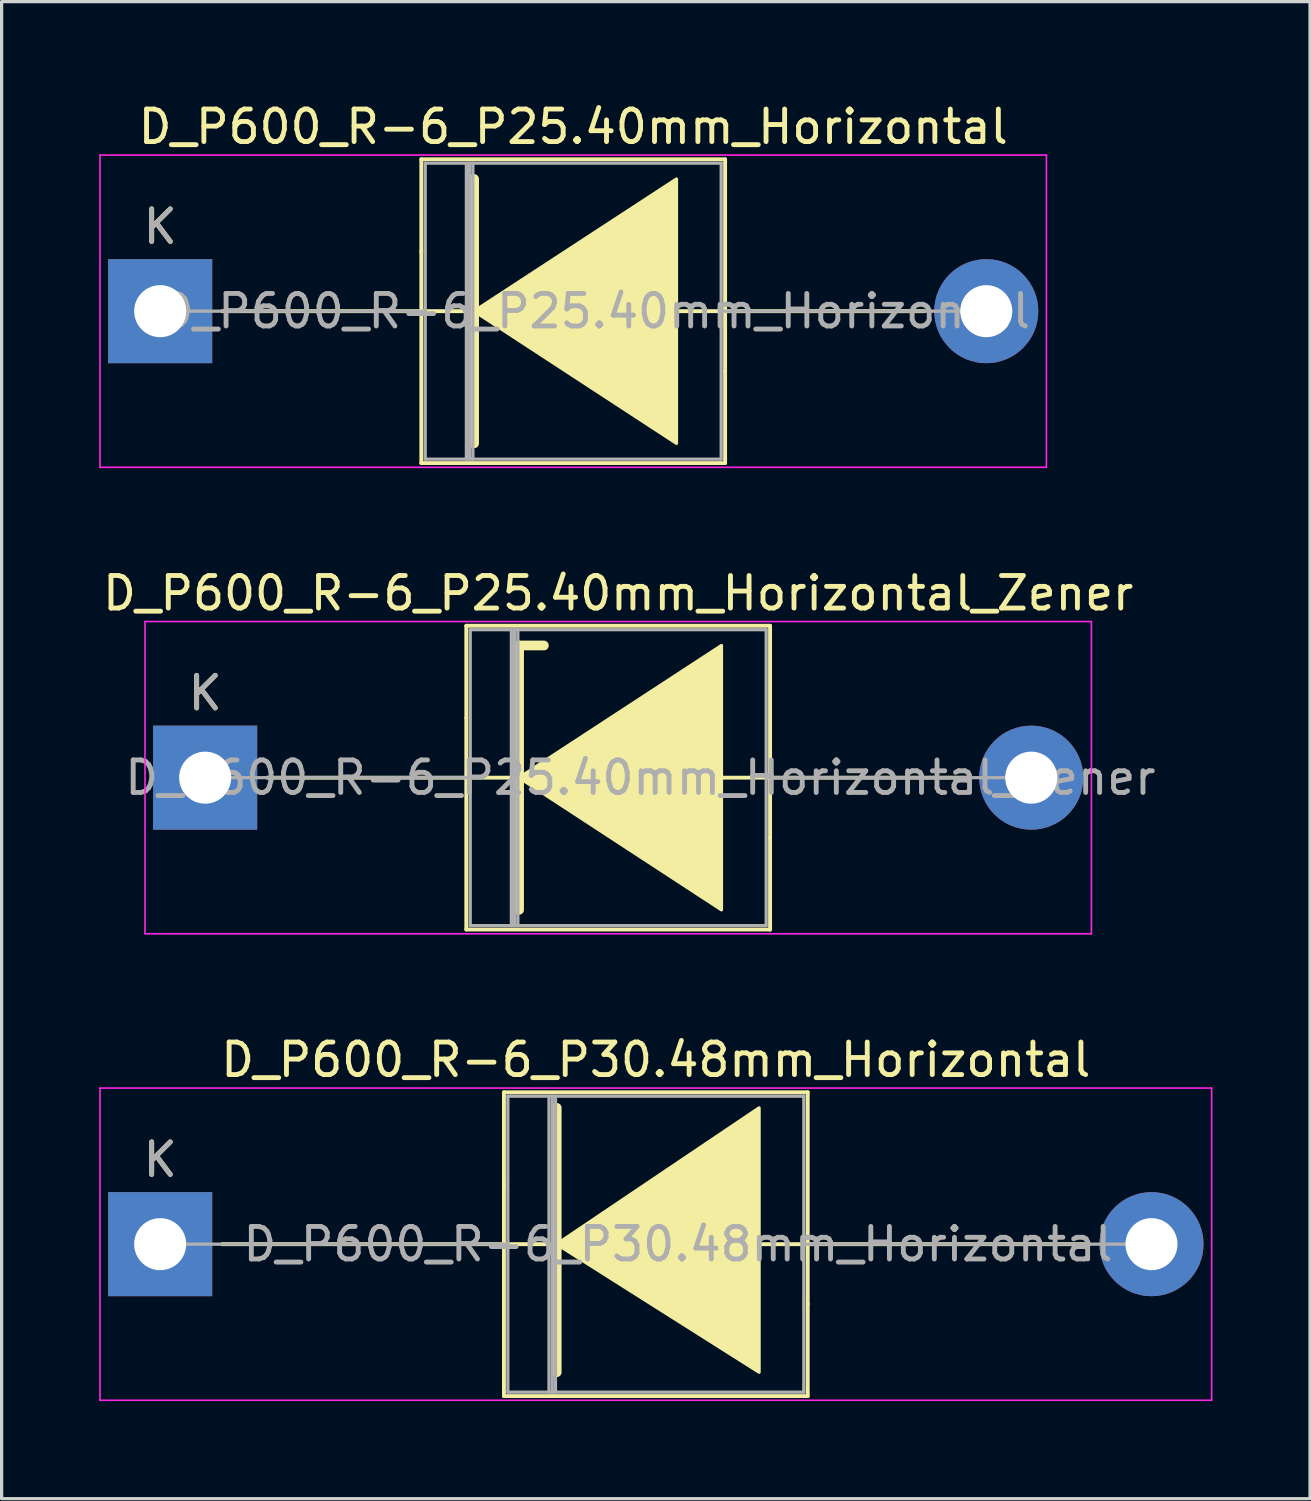
<source format=kicad_pcb>
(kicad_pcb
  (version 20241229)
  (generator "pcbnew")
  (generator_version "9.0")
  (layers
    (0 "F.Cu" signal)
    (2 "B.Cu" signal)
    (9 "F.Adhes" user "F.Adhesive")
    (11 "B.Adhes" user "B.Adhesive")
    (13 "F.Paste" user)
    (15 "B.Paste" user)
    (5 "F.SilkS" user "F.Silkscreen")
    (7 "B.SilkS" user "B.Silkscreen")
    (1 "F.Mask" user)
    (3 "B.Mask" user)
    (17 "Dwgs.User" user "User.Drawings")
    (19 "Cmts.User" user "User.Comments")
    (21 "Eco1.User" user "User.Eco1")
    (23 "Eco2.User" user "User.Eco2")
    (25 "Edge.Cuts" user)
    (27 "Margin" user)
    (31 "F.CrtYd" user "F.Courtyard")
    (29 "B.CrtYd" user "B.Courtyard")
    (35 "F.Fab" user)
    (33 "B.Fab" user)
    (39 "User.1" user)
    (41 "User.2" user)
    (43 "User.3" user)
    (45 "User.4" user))
  (footprint "D_P600_R-6_P25.40mm_Horizontal_Zener"
    (layer "F.Cu")
    (at 3.258 20.861)
    (property "Reference" "D_P600_R-6_P25.40mm_Horizontal_Zener" (at 12.7 -5.67 0) (layer "F.SilkS") (effects (font (size 1 1) (thickness 0.15))))
    (attr through_hole)
    (fp_line (start 8.03 -4.67) (end 17.37 -4.67) (stroke (width 0.12) (type solid)) (layer "F.SilkS"))
    (fp_line (start 8.03 -1.84) (end 8.03 -4.67) (stroke (width 0.12) (type solid)) (layer "F.SilkS"))
    (fp_line (start 8.03 -1.84) (end 8.03 4.67) (stroke (width 0.12) (type solid)) (layer "F.SilkS"))
    (fp_line (start 8.03 4.67) (end 17.37 4.67) (stroke (width 0.12) (type solid)) (layer "F.SilkS"))
    (fp_line (start 9.525 0) (end 1.905 0) (stroke (width 0.12) (type solid)) (layer "F.SilkS"))
    (fp_line (start 9.652 -4.064) (end 9.652 4.064) (stroke (width 0.3) (type solid)) (layer "F.SilkS"))
    (fp_line (start 9.652 -4.064) (end 10.414 -4.064) (stroke (width 0.3) (type solid)) (layer "F.SilkS"))
    (fp_line (start 15.748 0) (end 23.495 0) (stroke (width 0.12) (type solid)) (layer "F.SilkS"))
    (fp_line (start 17.37 -4.67) (end 17.37 1.84) (stroke (width 0.12) (type solid)) (layer "F.SilkS"))
    (fp_line (start 17.37 4.67) (end 17.37 1.84) (stroke (width 0.12) (type solid)) (layer "F.SilkS"))
    (fp_poly (pts (xy 15.875 4.064) (xy 9.652 0) (xy 15.875 -4.064)) (stroke (width 0.1) (type solid)) (fill yes) (layer "F.SilkS"))
    (fp_line (start -1.85 -4.8) (end -1.85 4.8) (stroke (width 0.05) (type solid)) (layer "F.CrtYd"))
    (fp_line (start -1.85 4.8) (end 27.25 4.8) (stroke (width 0.05) (type solid)) (layer "F.CrtYd"))
    (fp_line (start 27.25 -4.8) (end -1.85 -4.8) (stroke (width 0.05) (type solid)) (layer "F.CrtYd"))
    (fp_line (start 27.25 4.8) (end 27.25 -4.8) (stroke (width 0.05) (type solid)) (layer "F.CrtYd"))
    (fp_line (start 0 0) (end 8.15 0) (stroke (width 0.1) (type solid)) (layer "F.Fab"))
    (fp_line (start 8.15 -4.55) (end 8.15 4.55) (stroke (width 0.1) (type solid)) (layer "F.Fab"))
    (fp_line (start 8.15 4.55) (end 17.25 4.55) (stroke (width 0.1) (type solid)) (layer "F.Fab"))
    (fp_line (start 9.415 -4.55) (end 9.415 4.55) (stroke (width 0.1) (type solid)) (layer "F.Fab"))
    (fp_line (start 9.515 -4.55) (end 9.515 4.55) (stroke (width 0.1) (type solid)) (layer "F.Fab"))
    (fp_line (start 9.615 -4.55) (end 9.615 4.55) (stroke (width 0.1) (type solid)) (layer "F.Fab"))
    (fp_line (start 17.25 -4.55) (end 8.15 -4.55) (stroke (width 0.1) (type solid)) (layer "F.Fab"))
    (fp_line (start 17.25 4.55) (end 17.25 -4.55) (stroke (width 0.1) (type solid)) (layer "F.Fab"))
    (fp_line (start 25.4 0) (end 17.25 0) (stroke (width 0.1) (type solid)) (layer "F.Fab"))
    (fp_text user "K" (at 0 -2.6 0) (layer "F.SilkS") (effects (font (size 1 1) (thickness 0.15))))
    (fp_text user "${REFERENCE}" (at 13.383 0 0) (layer "F.Fab") (effects (font (size 1 1) (thickness 0.15))))
    (fp_text user "K" (at 0 -2.6 0) (layer "F.Fab") (effects (font (size 1 1) (thickness 0.15))))
    (pad "1" thru_hole rect (at 0 0) (size 3.2 3.2) (drill 1.6) (layers "*.Cu" "*.Mask"))
    (pad "2" thru_hole oval (at 25.4 0) (size 3.2 3.2) (drill 1.6) (layers "*.Cu" "*.Mask")))
  (footprint "D_P600_R-6_P25.40mm_Horizontal"
    (layer "F.Cu")
    (at 1.875 6.518)
    (property "Reference" "D_P600_R-6_P25.40mm_Horizontal" (at 12.7 -5.67 0) (layer "F.SilkS") (effects (font (size 1 1) (thickness 0.15))))
    (attr through_hole)
    (fp_line (start 8.03 -4.67) (end 17.37 -4.67) (stroke (width 0.12) (type solid)) (layer "F.SilkS"))
    (fp_line (start 8.03 -1.84) (end 8.03 -4.67) (stroke (width 0.12) (type solid)) (layer "F.SilkS"))
    (fp_line (start 8.03 -1.84) (end 8.03 4.67) (stroke (width 0.12) (type solid)) (layer "F.SilkS"))
    (fp_line (start 8.03 4.67) (end 17.37 4.67) (stroke (width 0.12) (type solid)) (layer "F.SilkS"))
    (fp_line (start 9.525 0) (end 1.905 0) (stroke (width 0.12) (type solid)) (layer "F.SilkS"))
    (fp_line (start 9.652 -4.064) (end 9.652 4.064) (stroke (width 0.3) (type solid)) (layer "F.SilkS"))
    (fp_line (start 15.748 0) (end 23.495 0) (stroke (width 0.12) (type solid)) (layer "F.SilkS"))
    (fp_line (start 17.37 -4.67) (end 17.37 1.84) (stroke (width 0.12) (type solid)) (layer "F.SilkS"))
    (fp_line (start 17.37 4.67) (end 17.37 1.84) (stroke (width 0.12) (type solid)) (layer "F.SilkS"))
    (fp_poly (pts (xy 15.875 4.064) (xy 9.652 0) (xy 15.875 -4.064)) (stroke (width 0.1) (type solid)) (fill yes) (layer "F.SilkS"))
    (fp_line (start -1.85 -4.8) (end -1.85 4.8) (stroke (width 0.05) (type solid)) (layer "F.CrtYd"))
    (fp_line (start -1.85 4.8) (end 27.25 4.8) (stroke (width 0.05) (type solid)) (layer "F.CrtYd"))
    (fp_line (start 27.25 -4.8) (end -1.85 -4.8) (stroke (width 0.05) (type solid)) (layer "F.CrtYd"))
    (fp_line (start 27.25 4.8) (end 27.25 -4.8) (stroke (width 0.05) (type solid)) (layer "F.CrtYd"))
    (fp_line (start 0 0) (end 8.15 0) (stroke (width 0.1) (type solid)) (layer "F.Fab"))
    (fp_line (start 8.15 -4.55) (end 8.15 4.55) (stroke (width 0.1) (type solid)) (layer "F.Fab"))
    (fp_line (start 8.15 4.55) (end 17.25 4.55) (stroke (width 0.1) (type solid)) (layer "F.Fab"))
    (fp_line (start 9.415 -4.55) (end 9.415 4.55) (stroke (width 0.1) (type solid)) (layer "F.Fab"))
    (fp_line (start 9.515 -4.55) (end 9.515 4.55) (stroke (width 0.1) (type solid)) (layer "F.Fab"))
    (fp_line (start 9.615 -4.55) (end 9.615 4.55) (stroke (width 0.1) (type solid)) (layer "F.Fab"))
    (fp_line (start 17.25 -4.55) (end 8.15 -4.55) (stroke (width 0.1) (type solid)) (layer "F.Fab"))
    (fp_line (start 17.25 4.55) (end 17.25 -4.55) (stroke (width 0.1) (type solid)) (layer "F.Fab"))
    (fp_line (start 25.4 0) (end 17.25 0) (stroke (width 0.1) (type solid)) (layer "F.Fab"))
    (fp_text user "K" (at 0 -2.6 0) (layer "F.SilkS") (effects (font (size 1 1) (thickness 0.15))))
    (fp_text user "K" (at 0 -2.6 0) (layer "F.Fab") (effects (font (size 1 1) (thickness 0.15))))
    (fp_text user "${REFERENCE}" (at 13.383 0 0) (layer "F.Fab") (effects (font (size 1 1) (thickness 0.15))))
    (pad "1" thru_hole rect (at 0 0) (size 3.2 3.2) (drill 1.6) (layers "*.Cu" "*.Mask"))
    (pad "2" thru_hole oval (at 25.4 0) (size 3.2 3.2) (drill 1.6) (layers "*.Cu" "*.Mask")))
  (footprint "D_P600_R-6_P30.48mm_Horizontal"
    (layer "F.Cu")
    (at 1.875 35.205)
    (property "Reference" "D_P600_R-6_P30.48mm_Horizontal" (at 15.24 -5.67 0) (layer "F.SilkS") (effects (font (size 1 1) (thickness 0.15))))
    (attr through_hole)
    (fp_line (start 10.57 -4.67) (end 19.91 -4.67) (stroke (width 0.12) (type solid)) (layer "F.SilkS"))
    (fp_line (start 10.57 -1.84) (end 10.57 -4.67) (stroke (width 0.12) (type solid)) (layer "F.SilkS"))
    (fp_line (start 10.57 -1.84) (end 10.57 4.67) (stroke (width 0.12) (type solid)) (layer "F.SilkS"))
    (fp_line (start 10.57 4.67) (end 19.91 4.67) (stroke (width 0.12) (type solid)) (layer "F.SilkS"))
    (fp_line (start 12.065 0) (end 1.905 0) (stroke (width 0.12) (type solid)) (layer "F.SilkS"))
    (fp_line (start 12.192 -4.191) (end 12.192 3.937) (stroke (width 0.3) (type solid)) (layer "F.SilkS"))
    (fp_line (start 18.288 0) (end 28.575 0) (stroke (width 0.12) (type solid)) (layer "F.SilkS"))
    (fp_line (start 19.91 -4.67) (end 19.91 1.84) (stroke (width 0.12) (type solid)) (layer "F.SilkS"))
    (fp_line (start 19.91 4.67) (end 19.91 1.84) (stroke (width 0.12) (type solid)) (layer "F.SilkS"))
    (fp_poly (pts (xy 18.415 3.937) (xy 12.192 0) (xy 18.415 -4.191)) (stroke (width 0.1) (type solid)) (fill yes) (layer "F.SilkS"))
    (fp_line (start -1.85 -4.8) (end -1.85 4.8) (stroke (width 0.05) (type solid)) (layer "F.CrtYd"))
    (fp_line (start -1.85 4.8) (end 32.33 4.8) (stroke (width 0.05) (type solid)) (layer "F.CrtYd"))
    (fp_line (start 32.33 -4.8) (end -1.85 -4.8) (stroke (width 0.05) (type solid)) (layer "F.CrtYd"))
    (fp_line (start 32.33 4.8) (end 32.33 -4.8) (stroke (width 0.05) (type solid)) (layer "F.CrtYd"))
    (fp_line (start 0 0) (end 10.69 0) (stroke (width 0.1) (type solid)) (layer "F.Fab"))
    (fp_line (start 10.69 -4.55) (end 10.69 4.55) (stroke (width 0.1) (type solid)) (layer "F.Fab"))
    (fp_line (start 10.69 4.55) (end 19.79 4.55) (stroke (width 0.1) (type solid)) (layer "F.Fab"))
    (fp_line (start 11.955 -4.55) (end 11.955 4.55) (stroke (width 0.1) (type solid)) (layer "F.Fab"))
    (fp_line (start 12.055 -4.55) (end 12.055 4.55) (stroke (width 0.1) (type solid)) (layer "F.Fab"))
    (fp_line (start 12.155 -4.55) (end 12.155 4.55) (stroke (width 0.1) (type solid)) (layer "F.Fab"))
    (fp_line (start 19.79 -4.55) (end 10.69 -4.55) (stroke (width 0.1) (type solid)) (layer "F.Fab"))
    (fp_line (start 19.79 4.55) (end 19.79 -4.55) (stroke (width 0.1) (type solid)) (layer "F.Fab"))
    (fp_line (start 30.48 0) (end 19.79 0) (stroke (width 0.1) (type solid)) (layer "F.Fab"))
    (fp_text user "K" (at 0 -2.6 0) (layer "F.SilkS") (effects (font (size 1 1) (thickness 0.15))))
    (fp_text user "${REFERENCE}" (at 15.922 0 0) (layer "F.Fab") (effects (font (size 1 1) (thickness 0.15))))
    (fp_text user "K" (at 0 -2.6 0) (layer "F.Fab") (effects (font (size 1 1) (thickness 0.15))))
    (pad "1" thru_hole rect (at 0 0) (size 3.2 3.2) (drill 1.6) (layers "*.Cu" "*.Mask"))
    (pad "2" thru_hole oval (at 30.48 0) (size 3.2 3.2) (drill 1.6) (layers "*.Cu" "*.Mask")))
  (gr_rect
    (start -3 -3)
    (end 37.23 43.03)
    (stroke (width 0.1) (type default))
    (fill no)
    (layer "Edge.Cuts")))
</source>
